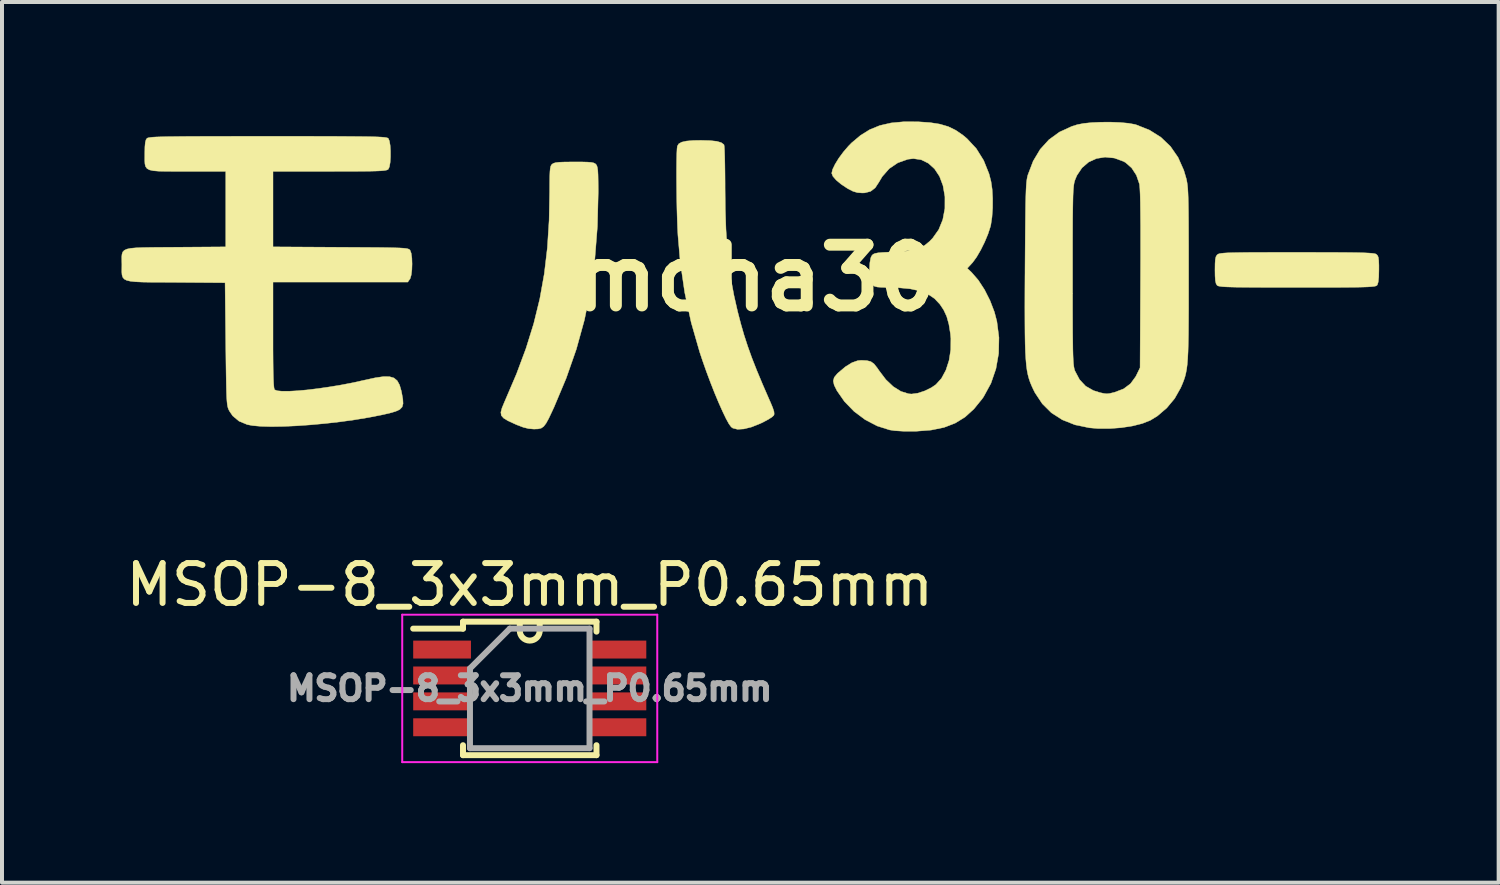
<source format=kicad_pcb>
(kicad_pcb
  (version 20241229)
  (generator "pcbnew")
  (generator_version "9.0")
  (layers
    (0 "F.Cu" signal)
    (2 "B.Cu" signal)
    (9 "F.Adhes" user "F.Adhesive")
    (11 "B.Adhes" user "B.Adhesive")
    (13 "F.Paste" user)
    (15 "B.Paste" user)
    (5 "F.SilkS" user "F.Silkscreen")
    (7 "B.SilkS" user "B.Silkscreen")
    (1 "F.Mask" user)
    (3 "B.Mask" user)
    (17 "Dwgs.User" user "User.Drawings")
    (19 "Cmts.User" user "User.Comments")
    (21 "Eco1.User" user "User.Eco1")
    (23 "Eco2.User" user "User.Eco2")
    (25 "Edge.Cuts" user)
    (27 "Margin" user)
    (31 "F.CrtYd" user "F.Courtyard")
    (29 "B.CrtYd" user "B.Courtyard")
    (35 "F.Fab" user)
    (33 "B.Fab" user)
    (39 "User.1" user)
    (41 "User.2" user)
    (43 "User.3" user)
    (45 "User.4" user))
  (footprint "moha30"
    (layer "F.Cu")
    (at 15.925 3.926)
    (property "Reference" "moha30" (at 0 0 0) (layer "F.SilkS") (effects (font (size 1.524 1.524) (thickness 0.3))))
    (attr through_hole)
    (fp_poly (pts (xy -4.371 -2.912) (xy -4.231 -2.908) (xy -4.137 -2.901) (xy -4.077 -2.888) (xy -4.038 -2.869) (xy -4.018 -2.851) (xy -3.998 -2.82) (xy -3.984 -2.772) (xy -3.973 -2.698) (xy -3.967 -2.587) (xy -3.964 -2.43) (xy -3.962 -2.217) (xy -3.962 -2.159) (xy -3.983 -1.297) (xy -4.047 -0.48) (xy -4.155 0.3) (xy -4.309 1.054) (xy -4.512 1.789) (xy -4.766 2.515) (xy -5.071 3.241) (xy -5.124 3.355) (xy -5.206 3.528) (xy -5.272 3.648) (xy -5.331 3.725) (xy -5.392 3.768) (xy -5.465 3.787) (xy -5.562 3.791) (xy -5.582 3.791) (xy -5.71 3.78) (xy -5.843 3.747) (xy -6.003 3.686) (xy -6.06 3.661) (xy -6.227 3.584) (xy -6.336 3.518) (xy -6.394 3.452) (xy -6.406 3.37) (xy -6.377 3.261) (xy -6.314 3.109) (xy -6.299 3.075) (xy -6.013 2.406) (xy -5.775 1.767) (xy -5.581 1.144) (xy -5.429 0.524) (xy -5.316 -0.106) (xy -5.239 -0.758) (xy -5.195 -1.447) (xy -5.182 -2.154) (xy -5.181 -2.381) (xy -5.179 -2.55) (xy -5.174 -2.67) (xy -5.166 -2.752) (xy -5.154 -2.805) (xy -5.137 -2.838) (xy -5.12 -2.856) (xy -5.084 -2.879) (xy -5.029 -2.895) (xy -4.943 -2.905) (xy -4.815 -2.91) (xy -4.634 -2.912) (xy -4.566 -2.913) (xy -4.371 -2.912)) (stroke (width 0.01) (type solid)) (fill yes) (layer "F.SilkS"))
    (fp_poly (pts (xy 13.989 -0.643) (xy 14.346 -0.642) (xy 14.646 -0.641) (xy 14.894 -0.639) (xy 15.093 -0.636) (xy 15.25 -0.632) (xy 15.369 -0.626) (xy 15.455 -0.62) (xy 15.514 -0.612) (xy 15.55 -0.603) (xy 15.564 -0.595) (xy 15.594 -0.565) (xy 15.614 -0.519) (xy 15.624 -0.443) (xy 15.629 -0.322) (xy 15.629 -0.211) (xy 15.625 -0.026) (xy 15.612 0.1) (xy 15.59 0.171) (xy 15.583 0.181) (xy 15.568 0.193) (xy 15.543 0.203) (xy 15.501 0.211) (xy 15.437 0.218) (xy 15.347 0.224) (xy 15.225 0.228) (xy 15.066 0.232) (xy 14.865 0.234) (xy 14.616 0.236) (xy 14.314 0.237) (xy 13.954 0.237) (xy 13.579 0.237) (xy 13.161 0.237) (xy 12.806 0.236) (xy 12.509 0.235) (xy 12.263 0.233) (xy 12.065 0.231) (xy 11.909 0.227) (xy 11.789 0.223) (xy 11.701 0.217) (xy 11.64 0.209) (xy 11.6 0.201) (xy 11.576 0.19) (xy 11.568 0.184) (xy 11.542 0.141) (xy 11.525 0.066) (xy 11.517 -0.052) (xy 11.515 -0.2) (xy 11.517 -0.36) (xy 11.524 -0.466) (xy 11.539 -0.533) (xy 11.564 -0.575) (xy 11.577 -0.587) (xy 11.595 -0.599) (xy 11.624 -0.61) (xy 11.669 -0.618) (xy 11.736 -0.625) (xy 11.829 -0.631) (xy 11.955 -0.635) (xy 12.118 -0.638) (xy 12.324 -0.641) (xy 12.577 -0.642) (xy 12.884 -0.643) (xy 13.249 -0.643) (xy 13.568 -0.643) (xy 13.989 -0.643)) (stroke (width 0.01) (type solid)) (fill yes) (layer "F.SilkS"))
    (fp_poly (pts (xy -1.157 -3.448) (xy -0.988 -3.43) (xy -0.875 -3.397) (xy -0.81 -3.349) (xy -0.806 -3.342) (xy -0.799 -3.299) (xy -0.793 -3.197) (xy -0.788 -3.045) (xy -0.784 -2.851) (xy -0.781 -2.624) (xy -0.779 -2.372) (xy -0.779 -2.269) (xy -0.773 -1.722) (xy -0.757 -1.23) (xy -0.729 -0.78) (xy -0.687 -0.361) (xy -0.63 0.039) (xy -0.557 0.434) (xy -0.466 0.835) (xy -0.384 1.151) (xy -0.304 1.429) (xy -0.213 1.708) (xy -0.108 2.002) (xy 0.017 2.32) (xy 0.165 2.674) (xy 0.34 3.076) (xy 0.354 3.106) (xy 0.415 3.252) (xy 0.448 3.352) (xy 0.453 3.416) (xy 0.444 3.447) (xy 0.4 3.488) (xy 0.309 3.547) (xy 0.186 3.613) (xy 0.106 3.652) (xy -0.112 3.739) (xy -0.306 3.788) (xy -0.466 3.798) (xy -0.585 3.768) (xy -0.626 3.738) (xy -0.682 3.662) (xy -0.755 3.529) (xy -0.841 3.35) (xy -0.938 3.133) (xy -1.041 2.887) (xy -1.146 2.62) (xy -1.25 2.342) (xy -1.349 2.061) (xy -1.415 1.863) (xy -1.63 1.115) (xy -1.792 0.364) (xy -1.905 -0.408) (xy -1.962 -1.074) (xy -1.972 -1.263) (xy -1.98 -1.485) (xy -1.987 -1.73) (xy -1.992 -1.988) (xy -1.995 -2.249) (xy -1.997 -2.502) (xy -1.997 -2.738) (xy -1.995 -2.947) (xy -1.991 -3.118) (xy -1.985 -3.242) (xy -1.977 -3.308) (xy -1.977 -3.308) (xy -1.942 -3.367) (xy -1.869 -3.409) (xy -1.749 -3.436) (xy -1.576 -3.451) (xy -1.386 -3.454) (xy -1.157 -3.448)) (stroke (width 0.01) (type solid)) (fill yes) (layer "F.SilkS"))
    (fp_poly (pts (xy 4.063 -3.92) (xy 4.363 -3.9) (xy 4.611 -3.861) (xy 4.822 -3.799) (xy 5.009 -3.708) (xy 5.189 -3.584) (xy 5.291 -3.499) (xy 5.525 -3.248) (xy 5.71 -2.951) (xy 5.845 -2.615) (xy 5.895 -2.421) (xy 5.923 -2.229) (xy 5.936 -2) (xy 5.935 -1.758) (xy 5.919 -1.528) (xy 5.89 -1.333) (xy 5.879 -1.287) (xy 5.819 -1.103) (xy 5.735 -0.902) (xy 5.637 -0.704) (xy 5.534 -0.527) (xy 5.437 -0.393) (xy 5.421 -0.375) (xy 5.299 -0.243) (xy 5.408 -0.139) (xy 5.575 0.053) (xy 5.732 0.294) (xy 5.87 0.567) (xy 5.98 0.854) (xy 6.042 1.091) (xy 6.094 1.495) (xy 6.086 1.894) (xy 6.018 2.279) (xy 5.893 2.643) (xy 5.712 2.975) (xy 5.673 3.032) (xy 5.465 3.288) (xy 5.242 3.491) (xy 4.995 3.643) (xy 4.714 3.751) (xy 4.391 3.817) (xy 4.018 3.846) (xy 4.013 3.846) (xy 3.716 3.847) (xy 3.478 3.832) (xy 3.351 3.813) (xy 3.038 3.714) (xy 2.736 3.556) (xy 2.459 3.349) (xy 2.217 3.1) (xy 2.028 2.828) (xy 1.959 2.689) (xy 1.936 2.584) (xy 1.96 2.494) (xy 2.034 2.404) (xy 2.057 2.382) (xy 2.243 2.226) (xy 2.406 2.125) (xy 2.552 2.074) (xy 2.639 2.066) (xy 2.779 2.073) (xy 2.878 2.098) (xy 2.958 2.155) (xy 3.038 2.255) (xy 3.084 2.323) (xy 3.256 2.55) (xy 3.442 2.726) (xy 3.634 2.846) (xy 3.826 2.906) (xy 3.902 2.912) (xy 4.056 2.891) (xy 4.231 2.834) (xy 4.4 2.751) (xy 4.511 2.675) (xy 4.652 2.519) (xy 4.763 2.312) (xy 4.842 2.068) (xy 4.884 1.798) (xy 4.887 1.515) (xy 4.876 1.4) (xy 4.837 1.159) (xy 4.783 0.966) (xy 4.707 0.802) (xy 4.613 0.661) (xy 4.479 0.518) (xy 4.315 0.407) (xy 4.114 0.326) (xy 3.867 0.272) (xy 3.568 0.244) (xy 3.319 0.237) (xy 3.155 0.235) (xy 3.044 0.227) (xy 2.973 0.209) (xy 2.927 0.178) (xy 2.893 0.129) (xy 2.884 0.112) (xy 2.861 0.03) (xy 2.849 -0.096) (xy 2.846 -0.24) (xy 2.854 -0.38) (xy 2.873 -0.49) (xy 2.884 -0.524) (xy 2.906 -0.565) (xy 2.936 -0.595) (xy 2.983 -0.616) (xy 3.059 -0.631) (xy 3.173 -0.641) (xy 3.338 -0.649) (xy 3.49 -0.655) (xy 3.74 -0.67) (xy 3.938 -0.699) (xy 4.096 -0.747) (xy 4.231 -0.819) (xy 4.354 -0.92) (xy 4.431 -1) (xy 4.582 -1.213) (xy 4.684 -1.464) (xy 4.737 -1.744) (xy 4.738 -2.039) (xy 4.69 -2.317) (xy 4.603 -2.549) (xy 4.478 -2.738) (xy 4.323 -2.879) (xy 4.144 -2.967) (xy 3.948 -2.996) (xy 3.809 -2.98) (xy 3.557 -2.891) (xy 3.341 -2.745) (xy 3.165 -2.545) (xy 3.084 -2.409) (xy 2.988 -2.262) (xy 2.873 -2.174) (xy 2.726 -2.136) (xy 2.66 -2.134) (xy 2.541 -2.143) (xy 2.432 -2.175) (xy 2.304 -2.241) (xy 2.284 -2.253) (xy 2.131 -2.355) (xy 2.009 -2.457) (xy 1.927 -2.551) (xy 1.897 -2.627) (xy 1.897 -2.629) (xy 1.919 -2.725) (xy 1.982 -2.855) (xy 2.074 -3.005) (xy 2.189 -3.161) (xy 2.316 -3.309) (xy 2.395 -3.39) (xy 2.62 -3.579) (xy 2.853 -3.724) (xy 3.104 -3.826) (xy 3.386 -3.891) (xy 3.707 -3.921) (xy 4.063 -3.92)) (stroke (width 0.01) (type solid)) (fill yes) (layer "F.SilkS"))
    (fp_poly (pts (xy 9.135 -3.902) (xy 9.342 -3.883) (xy 9.505 -3.854) (xy 9.533 -3.846) (xy 9.869 -3.713) (xy 10.157 -3.532) (xy 10.397 -3.303) (xy 10.589 -3.026) (xy 10.733 -2.702) (xy 10.791 -2.506) (xy 10.804 -2.451) (xy 10.815 -2.392) (xy 10.824 -2.325) (xy 10.832 -2.243) (xy 10.838 -2.141) (xy 10.843 -2.014) (xy 10.847 -1.856) (xy 10.85 -1.661) (xy 10.852 -1.425) (xy 10.853 -1.142) (xy 10.854 -0.806) (xy 10.854 -0.411) (xy 10.854 -0.085) (xy 10.854 0.376) (xy 10.854 0.774) (xy 10.852 1.115) (xy 10.85 1.405) (xy 10.845 1.65) (xy 10.839 1.855) (xy 10.83 2.026) (xy 10.819 2.168) (xy 10.804 2.286) (xy 10.785 2.387) (xy 10.763 2.476) (xy 10.736 2.558) (xy 10.705 2.639) (xy 10.668 2.725) (xy 10.653 2.759) (xy 10.504 3.023) (xy 10.304 3.263) (xy 10.07 3.463) (xy 9.891 3.573) (xy 9.691 3.652) (xy 9.443 3.714) (xy 9.163 3.757) (xy 8.869 3.779) (xy 8.578 3.778) (xy 8.365 3.76) (xy 8.002 3.685) (xy 7.684 3.559) (xy 7.411 3.384) (xy 7.182 3.157) (xy 6.998 2.88) (xy 6.955 2.794) (xy 6.913 2.703) (xy 6.877 2.616) (xy 6.847 2.527) (xy 6.821 2.43) (xy 6.799 2.32) (xy 6.782 2.193) (xy 6.769 2.041) (xy 6.758 1.861) (xy 6.751 1.646) (xy 6.747 1.391) (xy 6.745 1.091) (xy 6.744 0.741) (xy 6.745 0.334) (xy 6.747 -0.051) (xy 7.942 -0.051) (xy 7.942 0.396) (xy 7.942 0.78) (xy 7.943 1.107) (xy 7.944 1.381) (xy 7.947 1.608) (xy 7.949 1.793) (xy 7.953 1.941) (xy 7.958 2.057) (xy 7.964 2.147) (xy 7.972 2.214) (xy 7.981 2.265) (xy 7.991 2.305) (xy 8.002 2.334) (xy 8.117 2.551) (xy 8.269 2.713) (xy 8.465 2.825) (xy 8.627 2.876) (xy 8.728 2.898) (xy 8.799 2.906) (xy 8.869 2.899) (xy 8.969 2.875) (xy 9 2.867) (xy 9.223 2.782) (xy 9.396 2.652) (xy 9.526 2.474) (xy 9.542 2.443) (xy 9.635 2.252) (xy 9.646 0.034) (xy 9.648 -0.481) (xy 9.648 -0.929) (xy 9.648 -1.313) (xy 9.645 -1.635) (xy 9.642 -1.897) (xy 9.637 -2.1) (xy 9.63 -2.246) (xy 9.622 -2.337) (xy 9.619 -2.358) (xy 9.543 -2.579) (xy 9.424 -2.762) (xy 9.27 -2.897) (xy 9.221 -2.925) (xy 8.988 -3.01) (xy 8.758 -3.033) (xy 8.541 -2.998) (xy 8.344 -2.908) (xy 8.178 -2.765) (xy 8.05 -2.574) (xy 8.005 -2.467) (xy 7.992 -2.428) (xy 7.981 -2.384) (xy 7.972 -2.33) (xy 7.965 -2.261) (xy 7.958 -2.172) (xy 7.953 -2.057) (xy 7.95 -1.912) (xy 7.947 -1.73) (xy 7.944 -1.508) (xy 7.943 -1.239) (xy 7.942 -0.919) (xy 7.942 -0.542) (xy 7.942 -0.103) (xy 7.942 -0.051) (xy 6.747 -0.051) (xy 6.748 -0.133) (xy 6.748 -0.229) (xy 6.751 -0.67) (xy 6.754 -1.049) (xy 6.757 -1.37) (xy 6.76 -1.64) (xy 6.763 -1.863) (xy 6.768 -2.046) (xy 6.773 -2.192) (xy 6.779 -2.309) (xy 6.786 -2.4) (xy 6.795 -2.471) (xy 6.805 -2.528) (xy 6.817 -2.576) (xy 6.821 -2.589) (xy 6.953 -2.935) (xy 7.129 -3.229) (xy 7.349 -3.471) (xy 7.613 -3.663) (xy 7.923 -3.805) (xy 8.06 -3.848) (xy 8.22 -3.879) (xy 8.425 -3.9) (xy 8.658 -3.91) (xy 8.901 -3.911) (xy 9.135 -3.902)) (stroke (width 0.01) (type solid)) (fill yes) (layer "F.SilkS"))
    (fp_poly (pts (xy -11.739 -3.556) (xy -11.281 -3.556) (xy -10.883 -3.555) (xy -10.54 -3.554) (xy -10.248 -3.552) (xy -10.003 -3.55) (xy -9.801 -3.548) (xy -9.637 -3.545) (xy -9.508 -3.541) (xy -9.41 -3.536) (xy -9.337 -3.53) (xy -9.287 -3.523) (xy -9.254 -3.515) (xy -9.236 -3.507) (xy -9.231 -3.503) (xy -9.203 -3.439) (xy -9.184 -3.328) (xy -9.175 -3.188) (xy -9.175 -3.039) (xy -9.184 -2.9) (xy -9.203 -2.79) (xy -9.231 -2.729) (xy -9.251 -2.716) (xy -9.285 -2.705) (xy -9.34 -2.696) (xy -9.422 -2.689) (xy -9.537 -2.684) (xy -9.691 -2.68) (xy -9.889 -2.678) (xy -10.139 -2.676) (xy -10.447 -2.676) (xy -10.704 -2.675) (xy -12.124 -2.675) (xy -12.124 -0.781) (xy -10.428 -0.771) (xy -10.045 -0.769) (xy -9.725 -0.767) (xy -9.46 -0.765) (xy -9.247 -0.762) (xy -9.078 -0.758) (xy -8.949 -0.754) (xy -8.853 -0.748) (xy -8.786 -0.741) (xy -8.741 -0.732) (xy -8.712 -0.721) (xy -8.694 -0.708) (xy -8.684 -0.696) (xy -8.656 -0.621) (xy -8.639 -0.499) (xy -8.634 -0.354) (xy -8.639 -0.206) (xy -8.655 -0.076) (xy -8.681 0.014) (xy -8.689 0.026) (xy -8.741 0.102) (xy -12.124 0.102) (xy -12.124 1.433) (xy -12.124 1.794) (xy -12.122 2.093) (xy -12.119 2.332) (xy -12.114 2.518) (xy -12.108 2.653) (xy -12.1 2.744) (xy -12.09 2.793) (xy -12.084 2.804) (xy -12.019 2.83) (xy -11.897 2.842) (xy -11.724 2.842) (xy -11.511 2.83) (xy -11.264 2.808) (xy -10.993 2.775) (xy -10.705 2.733) (xy -10.409 2.684) (xy -10.113 2.627) (xy -9.826 2.563) (xy -9.81 2.56) (xy -9.555 2.504) (xy -9.355 2.475) (xy -9.202 2.476) (xy -9.089 2.509) (xy -9.007 2.577) (xy -8.948 2.684) (xy -8.905 2.832) (xy -8.893 2.89) (xy -8.866 3.041) (xy -8.86 3.154) (xy -8.883 3.237) (xy -8.942 3.299) (xy -9.045 3.347) (xy -9.2 3.392) (xy -9.394 3.436) (xy -9.721 3.5) (xy -10.072 3.558) (xy -10.437 3.609) (xy -10.809 3.651) (xy -11.176 3.685) (xy -11.531 3.71) (xy -11.864 3.725) (xy -12.165 3.73) (xy -12.426 3.723) (xy -12.638 3.704) (xy -12.77 3.679) (xy -12.977 3.593) (xy -13.135 3.461) (xy -13.217 3.341) (xy -13.235 3.307) (xy -13.25 3.27) (xy -13.262 3.226) (xy -13.272 3.168) (xy -13.28 3.089) (xy -13.287 2.984) (xy -13.292 2.845) (xy -13.296 2.667) (xy -13.3 2.443) (xy -13.304 2.167) (xy -13.308 1.833) (xy -13.31 1.659) (xy -13.327 0.119) (xy -14.563 0.11) (xy -14.902 0.108) (xy -15.179 0.107) (xy -15.402 0.103) (xy -15.574 0.095) (xy -15.704 0.081) (xy -15.797 0.059) (xy -15.858 0.027) (xy -15.895 -0.018) (xy -15.913 -0.076) (xy -15.919 -0.151) (xy -15.918 -0.244) (xy -15.917 -0.336) (xy -15.919 -0.443) (xy -15.92 -0.53) (xy -15.913 -0.6) (xy -15.894 -0.654) (xy -15.855 -0.695) (xy -15.79 -0.725) (xy -15.694 -0.745) (xy -15.561 -0.757) (xy -15.383 -0.764) (xy -15.156 -0.768) (xy -14.873 -0.77) (xy -14.565 -0.772) (xy -13.31 -0.781) (xy -13.31 -2.675) (xy -14.27 -2.675) (xy -14.568 -2.675) (xy -14.805 -2.676) (xy -14.988 -2.68) (xy -15.125 -2.691) (xy -15.221 -2.712) (xy -15.284 -2.746) (xy -15.321 -2.795) (xy -15.338 -2.862) (xy -15.343 -2.951) (xy -15.342 -3.064) (xy -15.342 -3.124) (xy -15.339 -3.29) (xy -15.329 -3.401) (xy -15.311 -3.469) (xy -15.288 -3.503) (xy -15.274 -3.512) (xy -15.247 -3.52) (xy -15.204 -3.527) (xy -15.141 -3.534) (xy -15.053 -3.539) (xy -14.937 -3.543) (xy -14.787 -3.547) (xy -14.601 -3.549) (xy -14.373 -3.552) (xy -14.1 -3.553) (xy -13.778 -3.555) (xy -13.402 -3.555) (xy -12.968 -3.556) (xy -12.472 -3.556) (xy -12.26 -3.556) (xy -11.739 -3.556)) (stroke (width 0.01) (type solid)) (fill yes) (layer "F.SilkS")))
  (footprint "MSOP-8_3x3mm_P0.65mm"
    (layer "F.Cu")
    (at 10.244 14.226)
    (property "Reference" "MSOP-8_3x3mm_P0.65mm" (at 0 -2.6 0) (layer "F.SilkS") (effects (font (size 1 1) (thickness 0.15))))
    (attr smd)
    (fp_line (start -1.675 -1.675) (end -1.675 -1.5) (stroke (width 0.15) (type solid)) (layer "F.SilkS"))
    (fp_line (start -1.675 -1.675) (end 1.675 -1.675) (stroke (width 0.15) (type solid)) (layer "F.SilkS"))
    (fp_line (start -1.675 -1.5) (end -2.925 -1.5) (stroke (width 0.15) (type solid)) (layer "F.SilkS"))
    (fp_line (start -1.675 1.675) (end -1.675 1.425) (stroke (width 0.15) (type solid)) (layer "F.SilkS"))
    (fp_line (start -1.675 1.675) (end 1.675 1.675) (stroke (width 0.15) (type solid)) (layer "F.SilkS"))
    (fp_line (start -0.25 -1.65) (end -0.25 -1.45) (stroke (width 0.15) (type solid)) (layer "F.SilkS"))
    (fp_line (start 0.25 -1.65) (end 0.25 -1.45) (stroke (width 0.15) (type solid)) (layer "F.SilkS"))
    (fp_line (start 1.675 -1.675) (end 1.675 -1.425) (stroke (width 0.15) (type solid)) (layer "F.SilkS"))
    (fp_line (start 1.675 1.675) (end 1.675 1.425) (stroke (width 0.15) (type solid)) (layer "F.SilkS"))
    (fp_arc (start 0.25 -1.45) (mid 0 -1.2) (end -0.25 -1.45) (stroke (width 0.15) (type solid)) (layer "F.SilkS"))
    (fp_line (start -3.2 -1.85) (end -3.2 1.85) (stroke (width 0.05) (type solid)) (layer "F.CrtYd"))
    (fp_line (start -3.2 -1.85) (end 3.2 -1.85) (stroke (width 0.05) (type solid)) (layer "F.CrtYd"))
    (fp_line (start -3.2 1.85) (end 3.2 1.85) (stroke (width 0.05) (type solid)) (layer "F.CrtYd"))
    (fp_line (start 3.2 -1.85) (end 3.2 1.85) (stroke (width 0.05) (type solid)) (layer "F.CrtYd"))
    (fp_line (start -1.5 -0.5) (end -0.5 -1.5) (stroke (width 0.15) (type solid)) (layer "F.Fab"))
    (fp_line (start -1.5 1.5) (end -1.5 -0.5) (stroke (width 0.15) (type solid)) (layer "F.Fab"))
    (fp_line (start -0.5 -1.5) (end 1.5 -1.5) (stroke (width 0.15) (type solid)) (layer "F.Fab"))
    (fp_line (start 1.5 -1.5) (end 1.5 1.5) (stroke (width 0.15) (type solid)) (layer "F.Fab"))
    (fp_line (start 1.5 1.5) (end -1.5 1.5) (stroke (width 0.15) (type solid)) (layer "F.Fab"))
    (fp_text user "${REFERENCE}" (at 0 0 0) (layer "F.Fab") (effects (font (size 0.6 0.6) (thickness 0.15))))
    (pad "1" smd rect (at -2.2 -0.975) (size 1.45 0.45) (layers "F.Cu" "F.Mask" "F.Paste"))
    (pad "2" smd rect (at -2.2 -0.325) (size 1.45 0.45) (layers "F.Cu" "F.Mask" "F.Paste"))
    (pad "3" smd rect (at -2.2 0.325) (size 1.45 0.45) (layers "F.Cu" "F.Mask" "F.Paste"))
    (pad "4" smd rect (at -2.2 0.975) (size 1.45 0.45) (layers "F.Cu" "F.Mask" "F.Paste"))
    (pad "5" smd rect (at 2.2 0.975) (size 1.45 0.45) (layers "F.Cu" "F.Mask" "F.Paste"))
    (pad "6" smd rect (at 2.2 0.325) (size 1.45 0.45) (layers "F.Cu" "F.Mask" "F.Paste"))
    (pad "7" smd rect (at 2.2 -0.325) (size 1.45 0.45) (layers "F.Cu" "F.Mask" "F.Paste"))
    (pad "8" smd rect (at 2.2 -0.975) (size 1.45 0.45) (layers "F.Cu" "F.Mask" "F.Paste")))
  (gr_rect
    (start -3 -3)
    (end 34.559 19.101)
    (stroke (width 0.1) (type default))
    (fill no)
    (layer "Edge.Cuts")))
</source>
